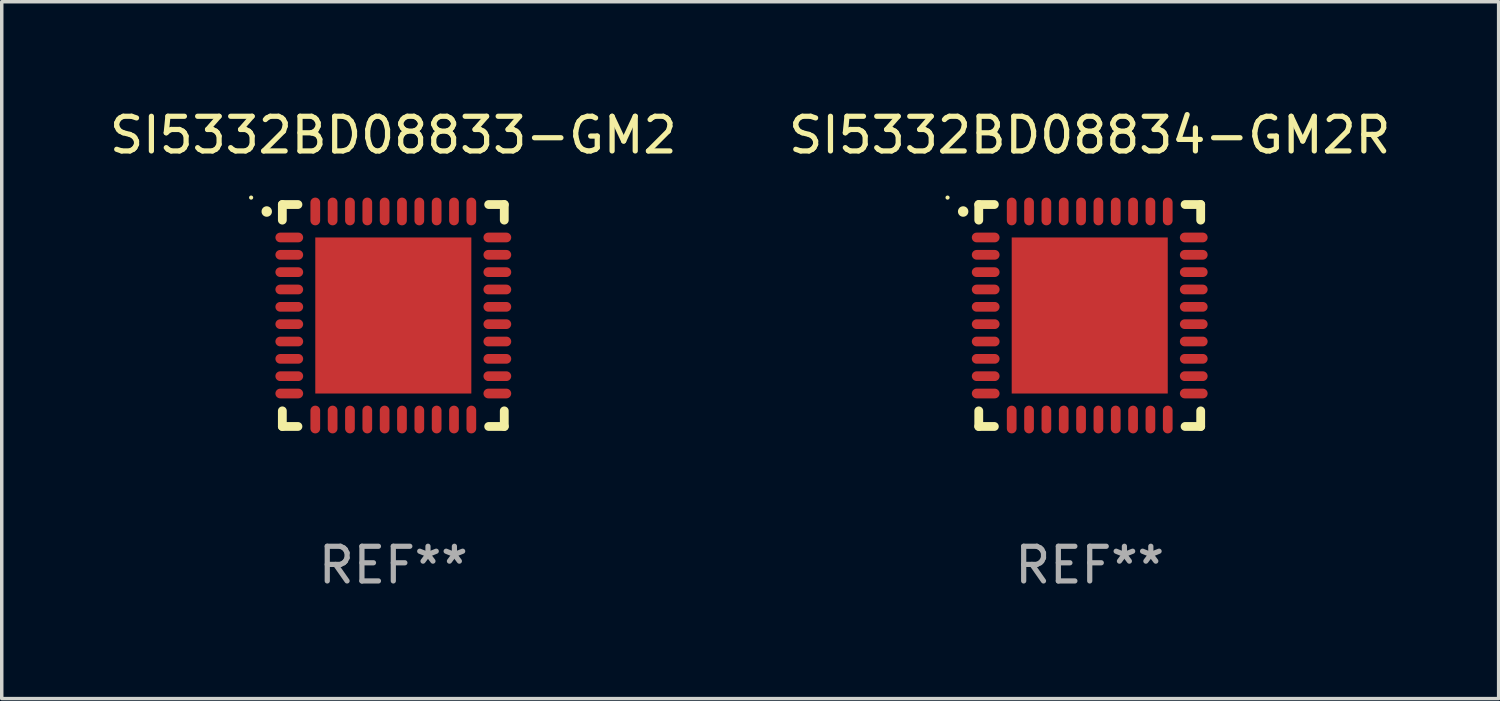
<source format=kicad_pcb>
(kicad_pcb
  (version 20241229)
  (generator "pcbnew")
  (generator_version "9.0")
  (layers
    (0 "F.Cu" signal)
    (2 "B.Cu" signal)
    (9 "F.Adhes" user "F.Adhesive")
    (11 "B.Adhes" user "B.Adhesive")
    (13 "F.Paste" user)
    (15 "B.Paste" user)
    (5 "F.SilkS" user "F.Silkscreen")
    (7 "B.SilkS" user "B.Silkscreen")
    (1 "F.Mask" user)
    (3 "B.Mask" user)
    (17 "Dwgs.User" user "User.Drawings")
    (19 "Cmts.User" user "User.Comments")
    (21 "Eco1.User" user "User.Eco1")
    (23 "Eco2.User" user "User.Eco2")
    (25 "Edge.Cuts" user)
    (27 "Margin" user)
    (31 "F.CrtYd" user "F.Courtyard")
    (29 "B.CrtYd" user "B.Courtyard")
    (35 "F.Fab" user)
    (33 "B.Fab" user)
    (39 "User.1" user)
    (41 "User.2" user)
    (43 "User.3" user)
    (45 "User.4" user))
  (footprint "SI5332BD08834-GM2R"
    (layer "F.Cu")
    (at 28.375 6.048)
    (property "Reference" "SI5332BD08834-GM2R" (at 0 -5.2 0) (layer "F.SilkS") (effects (font (size 1 1) (thickness 0.15))))
    (attr through_hole)
    (fp_line (start -3.2 -3.2) (end -2.75 -3.2) (stroke (width 0.254) (type solid)) (layer "F.SilkS"))
    (fp_line (start -3.2 -2.75) (end -3.2 -3.2) (stroke (width 0.254) (type solid)) (layer "F.SilkS"))
    (fp_line (start -3.2 3.2) (end -3.2 2.75) (stroke (width 0.254) (type solid)) (layer "F.SilkS"))
    (fp_line (start -2.75 3.2) (end -3.2 3.2) (stroke (width 0.254) (type solid)) (layer "F.SilkS"))
    (fp_line (start 2.75 3.2) (end 3.2 3.2) (stroke (width 0.254) (type solid)) (layer "F.SilkS"))
    (fp_line (start 3.2 -3.2) (end 2.75 -3.2) (stroke (width 0.254) (type solid)) (layer "F.SilkS"))
    (fp_line (start 3.2 -2.75) (end 3.2 -3.2) (stroke (width 0.254) (type solid)) (layer "F.SilkS"))
    (fp_line (start 3.2 3.2) (end 3.2 2.75) (stroke (width 0.254) (type solid)) (layer "F.SilkS"))
    (fp_arc (start -3.649987 -2.997206) (mid -3.649992 -2.998476) (end -3.649987 -2.999746) (stroke (width 0.3) (type solid)) (layer "F.SilkS"))
    (fp_circle (center -4.1 -3.4) (end -4.07 -3.4) (stroke (width 0.06) (type solid)) (fill no) (layer "F.SilkS"))
    (fp_text user "REF**" (at 0 7.2 0) (layer "F.Fab") (effects (font (size 1 1) (thickness 0.15))))
    (pad "1" smd oval (at -3 -2.25 90) (size 0.28 0.8) (layers "F.Cu" "F.Mask" "F.Paste"))
    (pad "2" smd oval (at -3 -1.75 90) (size 0.28 0.8) (layers "F.Cu" "F.Mask" "F.Paste"))
    (pad "3" smd oval (at -3 -1.25 90) (size 0.28 0.8) (layers "F.Cu" "F.Mask" "F.Paste"))
    (pad "4" smd oval (at -3 -0.75 90) (size 0.28 0.8) (layers "F.Cu" "F.Mask" "F.Paste"))
    (pad "5" smd oval (at -3 -0.25 90) (size 0.28 0.8) (layers "F.Cu" "F.Mask" "F.Paste"))
    (pad "6" smd oval (at -3 0.25 90) (size 0.28 0.8) (layers "F.Cu" "F.Mask" "F.Paste"))
    (pad "7" smd oval (at -3 0.75 90) (size 0.28 0.8) (layers "F.Cu" "F.Mask" "F.Paste"))
    (pad "8" smd oval (at -3 1.25 90) (size 0.28 0.8) (layers "F.Cu" "F.Mask" "F.Paste"))
    (pad "9" smd oval (at -3 1.75 90) (size 0.28 0.8) (layers "F.Cu" "F.Mask" "F.Paste"))
    (pad "10" smd oval (at -3 2.25 90) (size 0.28 0.8) (layers "F.Cu" "F.Mask" "F.Paste"))
    (pad "11" smd oval (at -2.25 3) (size 0.28 0.8) (layers "F.Cu" "F.Mask" "F.Paste"))
    (pad "12" smd oval (at -1.75 3) (size 0.28 0.8) (layers "F.Cu" "F.Mask" "F.Paste"))
    (pad "13" smd oval (at -1.25 3) (size 0.28 0.8) (layers "F.Cu" "F.Mask" "F.Paste"))
    (pad "14" smd oval (at -0.75 3) (size 0.28 0.8) (layers "F.Cu" "F.Mask" "F.Paste"))
    (pad "15" smd oval (at -0.25 3) (size 0.28 0.8) (layers "F.Cu" "F.Mask" "F.Paste"))
    (pad "16" smd oval (at 0.25 3) (size 0.28 0.8) (layers "F.Cu" "F.Mask" "F.Paste"))
    (pad "17" smd oval (at 0.75 3) (size 0.28 0.8) (layers "F.Cu" "F.Mask" "F.Paste"))
    (pad "18" smd oval (at 1.25 3) (size 0.28 0.8) (layers "F.Cu" "F.Mask" "F.Paste"))
    (pad "19" smd oval (at 1.75 3) (size 0.28 0.8) (layers "F.Cu" "F.Mask" "F.Paste"))
    (pad "20" smd oval (at 2.25 3) (size 0.28 0.8) (layers "F.Cu" "F.Mask" "F.Paste"))
    (pad "21" smd oval (at 3 2.25 90) (size 0.28 0.8) (layers "F.Cu" "F.Mask" "F.Paste"))
    (pad "22" smd oval (at 3 1.75 90) (size 0.28 0.8) (layers "F.Cu" "F.Mask" "F.Paste"))
    (pad "23" smd oval (at 3 1.25 90) (size 0.28 0.8) (layers "F.Cu" "F.Mask" "F.Paste"))
    (pad "24" smd oval (at 3 0.75 90) (size 0.28 0.8) (layers "F.Cu" "F.Mask" "F.Paste"))
    (pad "25" smd oval (at 3 0.25 90) (size 0.28 0.8) (layers "F.Cu" "F.Mask" "F.Paste"))
    (pad "26" smd oval (at 3 -0.25 90) (size 0.28 0.8) (layers "F.Cu" "F.Mask" "F.Paste"))
    (pad "27" smd oval (at 3 -0.75 90) (size 0.28 0.8) (layers "F.Cu" "F.Mask" "F.Paste"))
    (pad "28" smd oval (at 3 -1.25 90) (size 0.28 0.8) (layers "F.Cu" "F.Mask" "F.Paste"))
    (pad "29" smd oval (at 3 -1.75 90) (size 0.28 0.8) (layers "F.Cu" "F.Mask" "F.Paste"))
    (pad "30" smd oval (at 3 -2.25 90) (size 0.28 0.8) (layers "F.Cu" "F.Mask" "F.Paste"))
    (pad "31" smd oval (at 2.25 -3) (size 0.28 0.8) (layers "F.Cu" "F.Mask" "F.Paste"))
    (pad "32" smd oval (at 1.75 -3) (size 0.28 0.8) (layers "F.Cu" "F.Mask" "F.Paste"))
    (pad "33" smd oval (at 1.25 -3) (size 0.28 0.8) (layers "F.Cu" "F.Mask" "F.Paste"))
    (pad "34" smd oval (at 0.75 -3) (size 0.28 0.8) (layers "F.Cu" "F.Mask" "F.Paste"))
    (pad "35" smd oval (at 0.25 -3) (size 0.28 0.8) (layers "F.Cu" "F.Mask" "F.Paste"))
    (pad "36" smd oval (at -0.25 -3) (size 0.28 0.8) (layers "F.Cu" "F.Mask" "F.Paste"))
    (pad "37" smd oval (at -0.75 -3) (size 0.28 0.8) (layers "F.Cu" "F.Mask" "F.Paste"))
    (pad "38" smd oval (at -1.25 -3) (size 0.28 0.8) (layers "F.Cu" "F.Mask" "F.Paste"))
    (pad "39" smd oval (at -1.75 -3) (size 0.28 0.8) (layers "F.Cu" "F.Mask" "F.Paste"))
    (pad "40" smd oval (at -2.25 -3) (size 0.28 0.8) (layers "F.Cu" "F.Mask" "F.Paste"))
    (pad "41" smd rect (at 0 0) (size 4.5 4.5) (layers "F.Cu" "F.Mask" "F.Paste")))
  (footprint "SI5332BD08833-GM2"
    (layer "F.Cu")
    (at 8.292 6.048)
    (property "Reference" "SI5332BD08833-GM2" (at 0 -5.2 0) (layer "F.SilkS") (effects (font (size 1 1) (thickness 0.15))))
    (attr through_hole)
    (fp_line (start -3.2 -3.2) (end -2.75 -3.2) (stroke (width 0.254) (type solid)) (layer "F.SilkS"))
    (fp_line (start -3.2 -2.75) (end -3.2 -3.2) (stroke (width 0.254) (type solid)) (layer "F.SilkS"))
    (fp_line (start -3.2 3.2) (end -3.2 2.75) (stroke (width 0.254) (type solid)) (layer "F.SilkS"))
    (fp_line (start -2.75 3.2) (end -3.2 3.2) (stroke (width 0.254) (type solid)) (layer "F.SilkS"))
    (fp_line (start 2.75 3.2) (end 3.2 3.2) (stroke (width 0.254) (type solid)) (layer "F.SilkS"))
    (fp_line (start 3.2 -3.2) (end 2.75 -3.2) (stroke (width 0.254) (type solid)) (layer "F.SilkS"))
    (fp_line (start 3.2 -2.75) (end 3.2 -3.2) (stroke (width 0.254) (type solid)) (layer "F.SilkS"))
    (fp_line (start 3.2 3.2) (end 3.2 2.75) (stroke (width 0.254) (type solid)) (layer "F.SilkS"))
    (fp_arc (start -3.649987 -2.997206) (mid -3.649992 -2.998476) (end -3.649987 -2.999746) (stroke (width 0.3) (type solid)) (layer "F.SilkS"))
    (fp_circle (center -4.1 -3.4) (end -4.07 -3.4) (stroke (width 0.06) (type solid)) (fill no) (layer "F.SilkS"))
    (fp_text user "REF**" (at 0 7.2 0) (layer "F.Fab") (effects (font (size 1 1) (thickness 0.15))))
    (pad "1" smd oval (at -3 -2.25 90) (size 0.28 0.8) (layers "F.Cu" "F.Mask" "F.Paste"))
    (pad "2" smd oval (at -3 -1.75 90) (size 0.28 0.8) (layers "F.Cu" "F.Mask" "F.Paste"))
    (pad "3" smd oval (at -3 -1.25 90) (size 0.28 0.8) (layers "F.Cu" "F.Mask" "F.Paste"))
    (pad "4" smd oval (at -3 -0.75 90) (size 0.28 0.8) (layers "F.Cu" "F.Mask" "F.Paste"))
    (pad "5" smd oval (at -3 -0.25 90) (size 0.28 0.8) (layers "F.Cu" "F.Mask" "F.Paste"))
    (pad "6" smd oval (at -3 0.25 90) (size 0.28 0.8) (layers "F.Cu" "F.Mask" "F.Paste"))
    (pad "7" smd oval (at -3 0.75 90) (size 0.28 0.8) (layers "F.Cu" "F.Mask" "F.Paste"))
    (pad "8" smd oval (at -3 1.25 90) (size 0.28 0.8) (layers "F.Cu" "F.Mask" "F.Paste"))
    (pad "9" smd oval (at -3 1.75 90) (size 0.28 0.8) (layers "F.Cu" "F.Mask" "F.Paste"))
    (pad "10" smd oval (at -3 2.25 90) (size 0.28 0.8) (layers "F.Cu" "F.Mask" "F.Paste"))
    (pad "11" smd oval (at -2.25 3) (size 0.28 0.8) (layers "F.Cu" "F.Mask" "F.Paste"))
    (pad "12" smd oval (at -1.75 3) (size 0.28 0.8) (layers "F.Cu" "F.Mask" "F.Paste"))
    (pad "13" smd oval (at -1.25 3) (size 0.28 0.8) (layers "F.Cu" "F.Mask" "F.Paste"))
    (pad "14" smd oval (at -0.75 3) (size 0.28 0.8) (layers "F.Cu" "F.Mask" "F.Paste"))
    (pad "15" smd oval (at -0.25 3) (size 0.28 0.8) (layers "F.Cu" "F.Mask" "F.Paste"))
    (pad "16" smd oval (at 0.25 3) (size 0.28 0.8) (layers "F.Cu" "F.Mask" "F.Paste"))
    (pad "17" smd oval (at 0.75 3) (size 0.28 0.8) (layers "F.Cu" "F.Mask" "F.Paste"))
    (pad "18" smd oval (at 1.25 3) (size 0.28 0.8) (layers "F.Cu" "F.Mask" "F.Paste"))
    (pad "19" smd oval (at 1.75 3) (size 0.28 0.8) (layers "F.Cu" "F.Mask" "F.Paste"))
    (pad "20" smd oval (at 2.25 3) (size 0.28 0.8) (layers "F.Cu" "F.Mask" "F.Paste"))
    (pad "21" smd oval (at 3 2.25 90) (size 0.28 0.8) (layers "F.Cu" "F.Mask" "F.Paste"))
    (pad "22" smd oval (at 3 1.75 90) (size 0.28 0.8) (layers "F.Cu" "F.Mask" "F.Paste"))
    (pad "23" smd oval (at 3 1.25 90) (size 0.28 0.8) (layers "F.Cu" "F.Mask" "F.Paste"))
    (pad "24" smd oval (at 3 0.75 90) (size 0.28 0.8) (layers "F.Cu" "F.Mask" "F.Paste"))
    (pad "25" smd oval (at 3 0.25 90) (size 0.28 0.8) (layers "F.Cu" "F.Mask" "F.Paste"))
    (pad "26" smd oval (at 3 -0.25 90) (size 0.28 0.8) (layers "F.Cu" "F.Mask" "F.Paste"))
    (pad "27" smd oval (at 3 -0.75 90) (size 0.28 0.8) (layers "F.Cu" "F.Mask" "F.Paste"))
    (pad "28" smd oval (at 3 -1.25 90) (size 0.28 0.8) (layers "F.Cu" "F.Mask" "F.Paste"))
    (pad "29" smd oval (at 3 -1.75 90) (size 0.28 0.8) (layers "F.Cu" "F.Mask" "F.Paste"))
    (pad "30" smd oval (at 3 -2.25 90) (size 0.28 0.8) (layers "F.Cu" "F.Mask" "F.Paste"))
    (pad "31" smd oval (at 2.25 -3) (size 0.28 0.8) (layers "F.Cu" "F.Mask" "F.Paste"))
    (pad "32" smd oval (at 1.75 -3) (size 0.28 0.8) (layers "F.Cu" "F.Mask" "F.Paste"))
    (pad "33" smd oval (at 1.25 -3) (size 0.28 0.8) (layers "F.Cu" "F.Mask" "F.Paste"))
    (pad "34" smd oval (at 0.75 -3) (size 0.28 0.8) (layers "F.Cu" "F.Mask" "F.Paste"))
    (pad "35" smd oval (at 0.25 -3) (size 0.28 0.8) (layers "F.Cu" "F.Mask" "F.Paste"))
    (pad "36" smd oval (at -0.25 -3) (size 0.28 0.8) (layers "F.Cu" "F.Mask" "F.Paste"))
    (pad "37" smd oval (at -0.75 -3) (size 0.28 0.8) (layers "F.Cu" "F.Mask" "F.Paste"))
    (pad "38" smd oval (at -1.25 -3) (size 0.28 0.8) (layers "F.Cu" "F.Mask" "F.Paste"))
    (pad "39" smd oval (at -1.75 -3) (size 0.28 0.8) (layers "F.Cu" "F.Mask" "F.Paste"))
    (pad "40" smd oval (at -2.25 -3) (size 0.28 0.8) (layers "F.Cu" "F.Mask" "F.Paste"))
    (pad "41" smd rect (at 0 0) (size 4.5 4.5) (layers "F.Cu" "F.Mask" "F.Paste")))
  (gr_rect
    (start -3 -3)
    (end 40.167 17.096)
    (stroke (width 0.1) (type default))
    (fill no)
    (layer "Edge.Cuts")))
</source>
